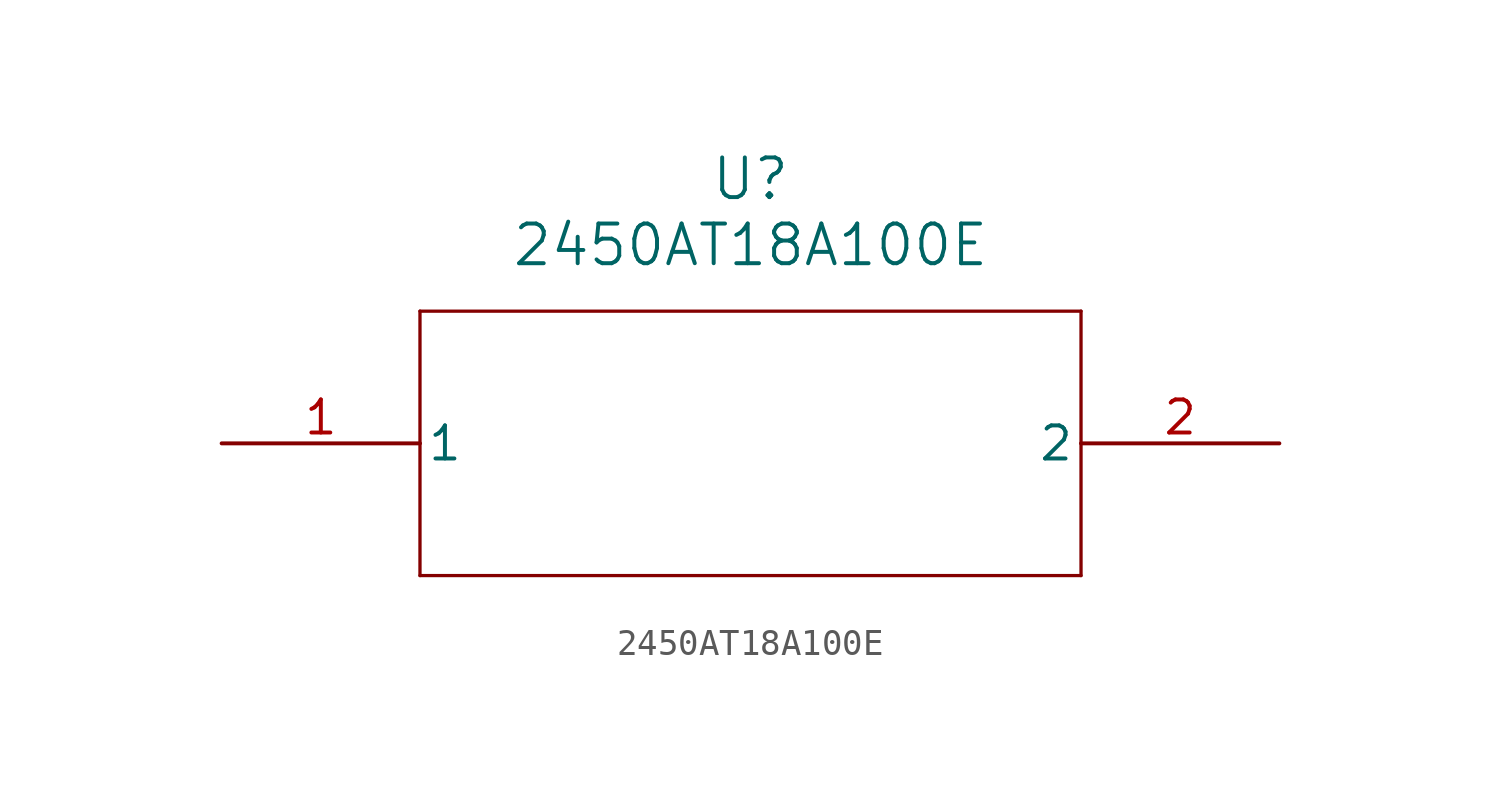
<source format=kicad_sym>
(kicad_symbol_lib
  (version 20211014)
  (generator kicad_symbol_editor)
  (symbol "2450AT18A100E"
    (pin_names
      (offset 0.254))
    (property "Reference" "U"
      (at 20.32 10.16 0)
      (effects (font (size 1.524 1.524))))
    (property "Value" "2450AT18A100E"
      (at 20.32 7.62 0)
      (effects (font (size 1.524 1.524))))
    (symbol "2450AT18A100E_0_1"
      (polyline (pts (xy 7.62 5.08) (xy 7.62 -5.08)) (stroke (width 0.127) (type default) (color 0 0 0 0)) (fill (type none)))
      (polyline (pts (xy 7.62 -5.08) (xy 33.02 -5.08)) (stroke (width 0.127) (type default) (color 0 0 0 0)) (fill (type none)))
      (polyline (pts (xy 33.02 -5.08) (xy 33.02 5.08)) (stroke (width 0.127) (type default) (color 0 0 0 0)) (fill (type none)))
      (polyline (pts (xy 33.02 5.08) (xy 7.62 5.08)) (stroke (width 0.127) (type default) (color 0 0 0 0)) (fill (type none)))
      (pin unspecified line (at 0 0 0) (length 7.62) (name "1" (effects (font (size 1.27 1.27)))) (number "1" (effects (font (size 1.27 1.27)))))
      (pin unspecified line (at 40.64 0 180) (length 7.62) (name "2" (effects (font (size 1.27 1.27)))) (number "2" (effects (font (size 1.27 1.27))))))))
</source>
